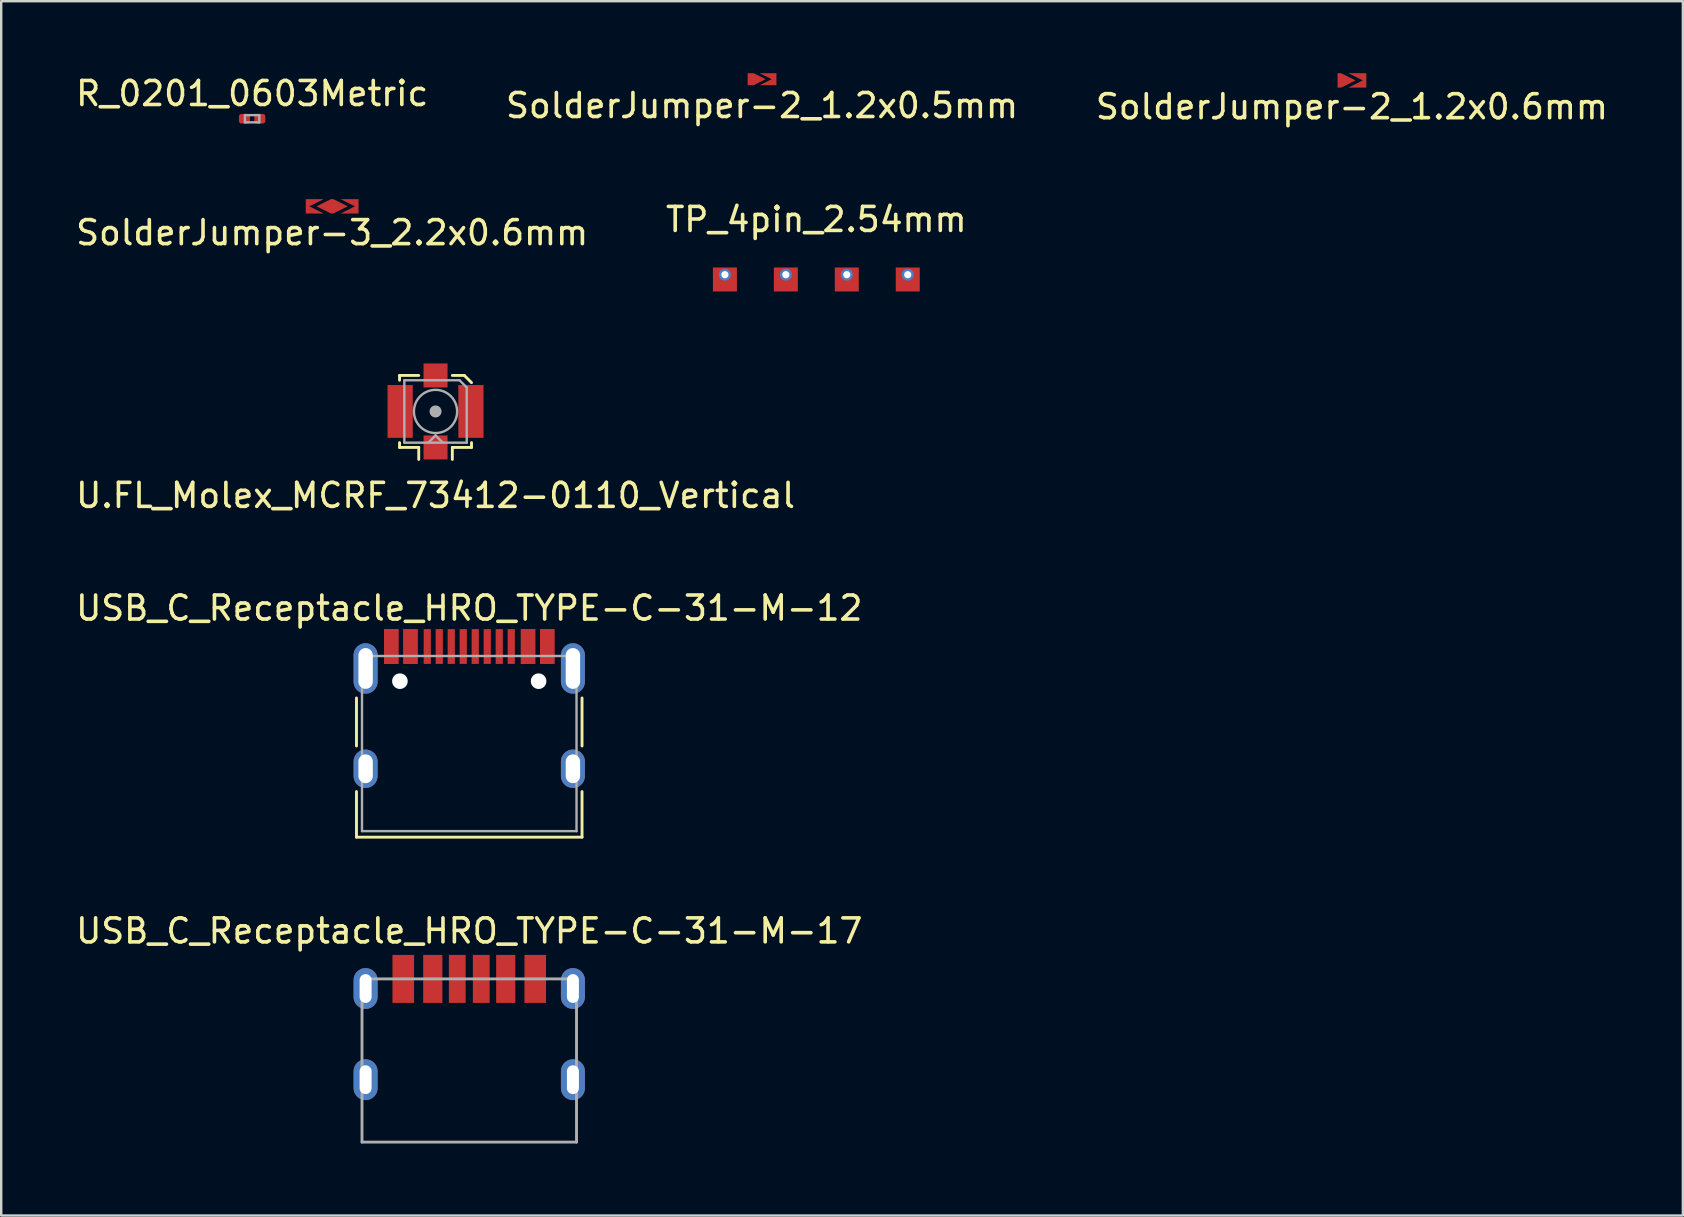
<source format=kicad_pcb>
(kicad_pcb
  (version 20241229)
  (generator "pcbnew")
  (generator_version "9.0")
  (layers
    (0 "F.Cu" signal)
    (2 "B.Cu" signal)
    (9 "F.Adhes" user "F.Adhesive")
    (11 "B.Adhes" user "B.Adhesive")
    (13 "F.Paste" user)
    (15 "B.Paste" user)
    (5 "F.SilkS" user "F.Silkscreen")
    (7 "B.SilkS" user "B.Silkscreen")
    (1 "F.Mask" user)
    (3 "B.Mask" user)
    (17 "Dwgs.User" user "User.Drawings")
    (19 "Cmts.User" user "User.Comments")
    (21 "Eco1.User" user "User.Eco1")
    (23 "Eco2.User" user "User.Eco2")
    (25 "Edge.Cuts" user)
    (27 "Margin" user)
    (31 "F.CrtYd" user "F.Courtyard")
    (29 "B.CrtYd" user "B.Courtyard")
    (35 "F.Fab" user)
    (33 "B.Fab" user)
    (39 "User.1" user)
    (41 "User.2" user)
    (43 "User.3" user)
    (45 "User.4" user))
  (footprint "R_0201_0603Metric"
    (layer "F.Cu")
    (at 7.458 1.898)
    (property "Reference" "R_0201_0603Metric" (at 0 -1.05 0) (layer "F.SilkS") (effects (font (size 1 1) (thickness 0.15))))
    (attr smd)
    (fp_line (start -0.3 -0.15) (end 0.3 -0.15) (stroke (width 0.1) (type solid)) (layer "F.Fab"))
    (fp_line (start -0.3 0.15) (end -0.3 -0.15) (stroke (width 0.1) (type solid)) (layer "F.Fab"))
    (fp_line (start 0.3 -0.15) (end 0.3 0.15) (stroke (width 0.1) (type solid)) (layer "F.Fab"))
    (fp_line (start 0.3 0.15) (end -0.3 0.15) (stroke (width 0.1) (type solid)) (layer "F.Fab"))
    (pad "1" smd roundrect (at -0.32 0) (size 0.46 0.4) (layers "F.Cu" "F.Mask" "F.Paste") (roundrect_rratio 0.25))
    (pad "2" smd roundrect (at 0.32 0) (size 0.46 0.4) (layers "F.Cu" "F.Mask" "F.Paste") (roundrect_rratio 0.25)))
  (footprint "U.FL_Molex_MCRF_73412-0110_Vertical"
    (layer "F.Cu")
    (at 15.101 14.097)
    (property "Reference" "U.FL_Molex_MCRF_73412-0110_Vertical" (at 0 3.5 0) (layer "F.SilkS") (effects (font (size 1 1) (thickness 0.15))))
    (attr smd)
    (fp_line (start -1.5 -1.5) (end -0.7 -1.5) (stroke (width 0.12) (type solid)) (layer "F.SilkS"))
    (fp_line (start -1.5 -1.3) (end -1.5 -1.5) (stroke (width 0.12) (type solid)) (layer "F.SilkS"))
    (fp_line (start -1.5 1.3) (end -1.5 1.5) (stroke (width 0.12) (type solid)) (layer "F.SilkS"))
    (fp_line (start -0.7 1.5) (end -1.5 1.5) (stroke (width 0.12) (type solid)) (layer "F.SilkS"))
    (fp_line (start -0.7 1.5) (end -0.7 2) (stroke (width 0.12) (type solid)) (layer "F.SilkS"))
    (fp_line (start 0.7 -1.5) (end 1.2 -1.5) (stroke (width 0.12) (type solid)) (layer "F.SilkS"))
    (fp_line (start 0.7 1.5) (end 0.7 2) (stroke (width 0.12) (type solid)) (layer "F.SilkS"))
    (fp_line (start 1.2 -1.5) (end 1.5 -1.2) (stroke (width 0.12) (type solid)) (layer "F.SilkS"))
    (fp_line (start 1.5 1.3) (end 1.5 1.5) (stroke (width 0.12) (type solid)) (layer "F.SilkS"))
    (fp_line (start 1.5 1.5) (end 0.7 1.5) (stroke (width 0.12) (type solid)) (layer "F.SilkS"))
    (fp_line (start -1.3 -1.3) (end -1.3 1.3) (stroke (width 0.1) (type solid)) (layer "F.Fab"))
    (fp_line (start -1.3 -1.3) (end 1 -1.3) (stroke (width 0.1) (type solid)) (layer "F.Fab"))
    (fp_line (start -1.3 1.3) (end 1.3 1.3) (stroke (width 0.1) (type solid)) (layer "F.Fab"))
    (fp_line (start -0.3 1.3) (end 0 1) (stroke (width 0.1) (type solid)) (layer "F.Fab"))
    (fp_line (start 0 1) (end 0.3 1.3) (stroke (width 0.1) (type solid)) (layer "F.Fab"))
    (fp_line (start 1 -1.3) (end 1.3 -1) (stroke (width 0.1) (type solid)) (layer "F.Fab"))
    (fp_line (start 1.3 -1) (end 1.3 1.3) (stroke (width 0.1) (type solid)) (layer "F.Fab"))
    (fp_circle (center 0 0) (end 0 0.05) (stroke (width 0.1) (type solid)) (fill no) (layer "F.Fab"))
    (fp_circle (center 0 0) (end 0 0.125) (stroke (width 0.1) (type solid)) (fill no) (layer "F.Fab"))
    (fp_circle (center 0 0) (end 0 0.2) (stroke (width 0.1) (type solid)) (fill no) (layer "F.Fab"))
    (fp_circle (center 0 0) (end 0.9 0) (stroke (width 0.1) (type solid)) (fill no) (layer "F.Fab"))
    (pad "1" smd rect (at 0 1.5) (size 1 1) (layers "F.Cu" "F.Mask" "F.Paste"))
    (pad "2" smd rect (at -1.475 0) (size 1.05 2.2) (layers "F.Cu" "F.Mask" "F.Paste"))
    (pad "2" smd rect (at 0 -1.5) (size 1 1) (layers "F.Cu" "F.Mask" "F.Paste"))
    (pad "2" smd rect (at 1.475 0) (size 1.05 2.2) (layers "F.Cu" "F.Mask" "F.Paste")))
  (footprint "USB_C_Receptacle_HRO_TYPE-C-31-M-17"
    (layer "F.Cu")
    (at 16.506 41.146)
    (property "Reference" "USB_C_Receptacle_HRO_TYPE-C-31-M-17" (at 0 -5.4 0) (layer "F.SilkS") (effects (font (size 1 1) (thickness 0.15))))
    (attr through_hole)
    (fp_line (start -4.47 -3.4) (end 4.47 -3.4) (stroke (width 0.12) (type solid)) (layer "F.Fab"))
    (fp_line (start -4.47 3.4) (end -4.47 -3.4) (stroke (width 0.12) (type solid)) (layer "F.Fab"))
    (fp_line (start 4.47 -3.4) (end 4.47 3.4) (stroke (width 0.12) (type solid)) (layer "F.Fab"))
    (fp_line (start 4.47 3.4) (end -4.47 3.4) (stroke (width 0.12) (type solid)) (layer "F.Fab"))
    (pad "A5" smd rect (at -0.5 -3.4) (size 0.7 2) (layers "F.Cu" "F.Mask" "F.Paste"))
    (pad "A9" smd rect (at 1.52 -3.4) (size 0.8 2) (layers "F.Cu" "F.Mask" "F.Paste"))
    (pad "A12" smd rect (at 2.75 -3.4) (size 0.9 2) (layers "F.Cu" "F.Mask" "F.Paste"))
    (pad "B5" smd rect (at 0.5 -3.4) (size 0.7 2) (layers "F.Cu" "F.Mask" "F.Paste"))
    (pad "B9" smd rect (at -1.52 -3.4) (size 0.8 2) (layers "F.Cu" "F.Mask" "F.Paste"))
    (pad "B12" smd rect (at -2.75 -3.4) (size 0.9 2) (layers "F.Cu" "F.Mask" "F.Paste"))
    (pad "S1" thru_hole oval (at -4.32 -3) (size 1 1.7) (drill oval 0.5 1.2) (layers "*.Cu" "*.Mask"))
    (pad "S1" thru_hole oval (at -4.32 0.8) (size 1 1.7) (drill oval 0.5 1.2) (layers "*.Cu" "*.Mask"))
    (pad "S1" thru_hole oval (at 4.32 -3) (size 1 1.7) (drill oval 0.5 1.2) (layers "*.Cu" "*.Mask"))
    (pad "S1" thru_hole oval (at 4.32 0.8) (size 1 1.7) (drill oval 0.5 1.2) (layers "*.Cu" "*.Mask")))
  (footprint "SolderJumper-2_1.2x0.6mm"
    (layer "F.Cu")
    (at 53.292 0.3)
    (property "Reference" "SolderJumper-2_1.2x0.6mm" (at 0 1.1 0) (layer "F.SilkS") (effects (font (size 1 1) (thickness 0.15))))
    (attr smd)
    (pad "" smd rect (at 0 0) (size 1.2 0.6) (layers "F.Mask"))
    (pad "1" smd custom (at -0.5 0) (size 0.1 0.1) (layers "F.Cu" "F.Mask") (options (anchor rect)) (primitives (gr_poly (pts (xy 0.65 0) (xy 0.05 0.3) (xy -0.1 0.3) (xy -0.1 -0.3) (xy 0.05 -0.3)) (width 0) (fill yes))))
    (pad "2" smd custom (at 0.5 0) (size 0.1 0.1) (layers "F.Cu" "F.Mask") (options (anchor rect)) (primitives (gr_poly (pts (xy 0.1 0.3) (xy -0.65 0.3) (xy -0.05 0) (xy -0.65 -0.3) (xy 0.1 -0.3)) (width 0) (fill yes)))))
  (footprint "SolderJumper-2_1.2x0.5mm"
    (layer "F.Cu")
    (at 28.708 0.25)
    (property "Reference" "SolderJumper-2_1.2x0.5mm" (at 0 1.1 0) (layer "F.SilkS") (effects (font (size 1 1) (thickness 0.15))))
    (attr smd)
    (pad "" smd rect (at 0 0) (size 1.2 0.5) (layers "F.Mask"))
    (pad "1" smd custom (at -0.5 0) (size 0.1 0.1) (layers "F.Cu" "F.Mask") (options (anchor rect)) (primitives (gr_poly (pts (xy 0.65 0) (xy 0.15 0.25) (xy -0.1 0.25) (xy -0.1 -0.25) (xy 0.15 -0.25)) (width 0) (fill yes))))
    (pad "2" smd custom (at 0.5 0) (size 0.1 0.1) (layers "F.Cu" "F.Mask") (options (anchor rect)) (primitives (gr_poly (pts (xy 0.1 0.25) (xy -0.6 0.25) (xy -0.1 0) (xy -0.6 -0.25) (xy 0.1 -0.25)) (width 0) (fill yes)))))
  (footprint "SolderJumper-3_2.2x0.6mm"
    (layer "F.Cu")
    (at 10.792 5.548)
    (property "Reference" "SolderJumper-3_2.2x0.6mm" (at 0 1.1 0) (layer "F.SilkS") (effects (font (size 1 1) (thickness 0.15))))
    (attr smd)
    (pad "" smd rect (at 0 0) (size 2.2 0.6) (layers "F.Mask"))
    (pad "1" smd custom (at -1 0 180) (size 0.1 0.1) (layers "F.Cu" "F.Mask") (options (anchor rect)) (primitives (gr_poly (pts (xy 0.1 0.3) (xy -0.65 0.3) (xy -0.05 0) (xy -0.65 -0.3) (xy 0.1 -0.3)) (width 0) (fill yes))))
    (pad "2" smd custom (at 0 0) (size 0.1 0.1) (layers "F.Cu" "F.Mask") (options (anchor rect)) (primitives (gr_poly (pts (xy 0.65 0) (xy 0.05 0.3) (xy -0.05 0.3) (xy -0.65 0) (xy -0.05 -0.3) (xy 0.05 -0.3)) (width 0) (fill yes))))
    (pad "3" smd custom (at 1 0) (size 0.1 0.1) (layers "F.Cu" "F.Mask") (options (anchor rect)) (primitives (gr_poly (pts (xy 0.1 0.3) (xy -0.65 0.3) (xy -0.05 0) (xy -0.65 -0.3) (xy 0.1 -0.3)) (width 0) (fill yes)))))
  (footprint "TP_4pin_2.54mm"
    (layer "F.Cu")
    (at 30.97 8.597)
    (property "Reference" "TP_4pin_2.54mm" (at 0 -2.5 0) (layer "F.SilkS") (effects (font (size 1 1) (thickness 0.15))))
    (attr smd exclude_from_pos_files exclude_from_bom)
    (pad "1" thru_hole circle (at -3.81 -0.2) (size 0.5 0.5) (drill 0.3) (layers "*.Cu" "F.Mask"))
    (pad "1" smd rect (at -3.81 0) (size 1 1) (layers "F.Cu" "F.Mask"))
    (pad "2" thru_hole circle (at -1.27 -0.2) (size 0.5 0.5) (drill 0.3) (layers "*.Cu" "F.Mask"))
    (pad "2" smd rect (at -1.27 0) (size 1 1) (layers "F.Cu" "F.Mask"))
    (pad "3" thru_hole circle (at 1.27 -0.2) (size 0.5 0.5) (drill 0.3) (layers "*.Cu" "F.Mask"))
    (pad "3" smd rect (at 1.27 0) (size 1 1) (layers "F.Cu" "F.Mask"))
    (pad "4" thru_hole circle (at 3.81 -0.2) (size 0.5 0.5) (drill 0.3) (layers "*.Cu" "F.Mask"))
    (pad "4" smd rect (at 3.81 0) (size 1 1) (layers "F.Cu" "F.Mask")))
  (footprint "USB_C_Receptacle_HRO_TYPE-C-31-M-12"
    (layer "F.Cu")
    (at 16.506 27.938)
    (property "Reference" "USB_C_Receptacle_HRO_TYPE-C-31-M-12" (at 0 -5.645 0) (layer "F.SilkS") (effects (font (size 1 1) (thickness 0.15))))
    (attr smd)
    (fp_line (start -4.7 -1.9) (end -4.7 0.1) (stroke (width 0.12) (type solid)) (layer "F.SilkS"))
    (fp_line (start -4.7 2) (end -4.7 3.9) (stroke (width 0.12) (type solid)) (layer "F.SilkS"))
    (fp_line (start -4.7 3.9) (end 4.7 3.9) (stroke (width 0.12) (type solid)) (layer "F.SilkS"))
    (fp_line (start 4.7 -1.9) (end 4.7 0.1) (stroke (width 0.12) (type solid)) (layer "F.SilkS"))
    (fp_line (start 4.7 2) (end 4.7 3.9) (stroke (width 0.12) (type solid)) (layer "F.SilkS"))
    (fp_line (start -4.47 -3.65) (end -4.47 3.65) (stroke (width 0.1) (type solid)) (layer "F.Fab"))
    (fp_line (start -4.47 -3.65) (end 4.47 -3.65) (stroke (width 0.1) (type solid)) (layer "F.Fab"))
    (fp_line (start -4.47 3.65) (end 4.47 3.65) (stroke (width 0.1) (type solid)) (layer "F.Fab"))
    (fp_line (start 4.47 -3.65) (end 4.47 3.65) (stroke (width 0.1) (type solid)) (layer "F.Fab"))
    (pad "" np_thru_hole circle (at -2.89 -2.6) (size 0.65 0.65) (drill 0.65) (layers "*.Cu" "*.Mask"))
    (pad "" np_thru_hole circle (at 2.89 -2.6) (size 0.65 0.65) (drill 0.65) (layers "*.Cu" "*.Mask"))
    (pad "A1" smd rect (at -3.25 -4.045) (size 0.6 1.45) (layers "F.Cu" "F.Mask" "F.Paste"))
    (pad "A4" smd rect (at -2.45 -4.045) (size 0.6 1.45) (layers "F.Cu" "F.Mask" "F.Paste"))
    (pad "A5" smd rect (at -1.25 -4.045) (size 0.3 1.45) (layers "F.Cu" "F.Mask" "F.Paste"))
    (pad "A6" smd rect (at -0.25 -4.045) (size 0.3 1.45) (layers "F.Cu" "F.Mask" "F.Paste"))
    (pad "A7" smd rect (at 0.25 -4.045) (size 0.3 1.45) (layers "F.Cu" "F.Mask" "F.Paste"))
    (pad "A8" smd rect (at 1.25 -4.045) (size 0.3 1.45) (layers "F.Cu" "F.Mask" "F.Paste"))
    (pad "A9" smd rect (at 2.45 -4.045) (size 0.6 1.45) (layers "F.Cu" "F.Mask" "F.Paste"))
    (pad "A12" smd rect (at 3.25 -4.045) (size 0.6 1.45) (layers "F.Cu" "F.Mask" "F.Paste"))
    (pad "B1" smd rect (at 3.25 -4.045) (size 0.6 1.45) (layers "F.Cu" "F.Mask" "F.Paste"))
    (pad "B4" smd rect (at 2.45 -4.045) (size 0.6 1.45) (layers "F.Cu" "F.Mask" "F.Paste"))
    (pad "B5" smd rect (at 1.75 -4.045) (size 0.3 1.45) (layers "F.Cu" "F.Mask" "F.Paste"))
    (pad "B6" smd rect (at 0.75 -4.045) (size 0.3 1.45) (layers "F.Cu" "F.Mask" "F.Paste"))
    (pad "B7" smd rect (at -0.75 -4.045) (size 0.3 1.45) (layers "F.Cu" "F.Mask" "F.Paste"))
    (pad "B8" smd rect (at -1.75 -4.045) (size 0.3 1.45) (layers "F.Cu" "F.Mask" "F.Paste"))
    (pad "B9" smd rect (at -2.45 -4.045) (size 0.6 1.45) (layers "F.Cu" "F.Mask" "F.Paste"))
    (pad "B12" smd rect (at -3.25 -4.045) (size 0.6 1.45) (layers "F.Cu" "F.Mask" "F.Paste"))
    (pad "S1" thru_hole oval (at -4.32 -3.13) (size 1 2.1) (drill oval 0.6 1.7) (layers "*.Cu" "*.Mask"))
    (pad "S1" thru_hole oval (at -4.32 1.05) (size 1 1.6) (drill oval 0.6 1.2) (layers "*.Cu" "*.Mask"))
    (pad "S1" thru_hole oval (at 4.32 -3.13) (size 1 2.1) (drill oval 0.6 1.7) (layers "*.Cu" "*.Mask"))
    (pad "S1" thru_hole oval (at 4.32 1.05) (size 1 1.6) (drill oval 0.6 1.2) (layers "*.Cu" "*.Mask")))
  (gr_rect
    (start -3 -3)
    (end 67.083 47.606)
    (stroke (width 0.1) (type default))
    (fill no)
    (layer "Edge.Cuts")))
</source>
